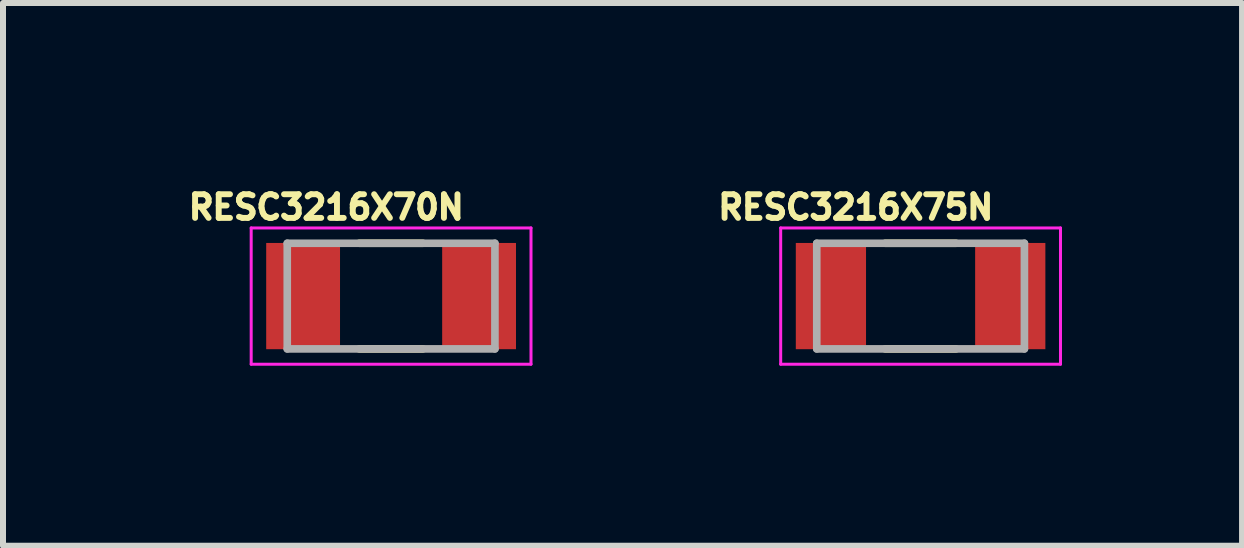
<source format=kicad_pcb>
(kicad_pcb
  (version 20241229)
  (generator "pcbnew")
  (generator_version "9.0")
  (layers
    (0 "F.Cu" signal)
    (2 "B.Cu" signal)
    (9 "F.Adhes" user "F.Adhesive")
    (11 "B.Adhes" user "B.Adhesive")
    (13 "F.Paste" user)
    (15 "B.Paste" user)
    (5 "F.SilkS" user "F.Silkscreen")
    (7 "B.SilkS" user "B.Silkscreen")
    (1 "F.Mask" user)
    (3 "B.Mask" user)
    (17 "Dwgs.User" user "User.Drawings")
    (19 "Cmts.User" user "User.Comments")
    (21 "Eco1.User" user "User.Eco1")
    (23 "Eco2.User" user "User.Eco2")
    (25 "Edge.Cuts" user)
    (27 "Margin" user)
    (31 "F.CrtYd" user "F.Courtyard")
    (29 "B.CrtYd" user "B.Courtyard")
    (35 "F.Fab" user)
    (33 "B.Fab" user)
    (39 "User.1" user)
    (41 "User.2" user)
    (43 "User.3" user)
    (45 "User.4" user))
  (footprint "RESC3216X70N"
    (layer "F.Cu")
    (at 3.466 1.883)
    (property "Reference" "RESC3216X70N" (at -1.08 -1.48 0) (layer "F.SilkS") (effects (font (size 0.394 0.394) (thickness 0.15))))
    (attr smd)
    (fp_line (start -0.53 -0.88) (end 0.53 -0.88) (stroke (width 0.127) (type solid)) (layer "F.SilkS"))
    (fp_line (start -0.53 0.88) (end 0.53 0.88) (stroke (width 0.127) (type solid)) (layer "F.SilkS"))
    (fp_line (start -2.331 -1.135) (end 2.331 -1.135) (stroke (width 0.05) (type solid)) (layer "F.CrtYd"))
    (fp_line (start -2.331 1.135) (end -2.331 -1.135) (stroke (width 0.05) (type solid)) (layer "F.CrtYd"))
    (fp_line (start -2.331 1.135) (end 2.331 1.135) (stroke (width 0.05) (type solid)) (layer "F.CrtYd"))
    (fp_line (start 2.331 1.135) (end 2.331 -1.135) (stroke (width 0.05) (type solid)) (layer "F.CrtYd"))
    (fp_line (start -1.73 0.88) (end -1.73 -0.88) (stroke (width 0.127) (type solid)) (layer "F.Fab"))
    (fp_line (start 1.73 -0.88) (end -1.73 -0.88) (stroke (width 0.127) (type solid)) (layer "F.Fab"))
    (fp_line (start 1.73 0.88) (end -1.73 0.88) (stroke (width 0.127) (type solid)) (layer "F.Fab"))
    (fp_line (start 1.73 0.88) (end 1.73 -0.88) (stroke (width 0.127) (type solid)) (layer "F.Fab"))
    (pad "1" smd rect (at -1.466 0) (size 1.23 1.77) (layers "F.Cu" "F.Mask" "F.Paste"))
    (pad "2" smd rect (at 1.466 0) (size 1.23 1.77) (layers "F.Cu" "F.Mask" "F.Paste")))
  (footprint "RESC3216X75N"
    (layer "F.Cu")
    (at 12.288 1.883)
    (property "Reference" "RESC3216X75N" (at -1.08 -1.48 0) (layer "F.SilkS") (effects (font (size 0.394 0.394) (thickness 0.15))))
    (attr smd)
    (fp_line (start -0.59 -0.88) (end 0.59 -0.88) (stroke (width 0.127) (type solid)) (layer "F.SilkS"))
    (fp_line (start -0.59 0.88) (end 0.59 0.88) (stroke (width 0.127) (type solid)) (layer "F.SilkS"))
    (fp_line (start -2.331 -1.135) (end 2.331 -1.135) (stroke (width 0.05) (type solid)) (layer "F.CrtYd"))
    (fp_line (start -2.331 1.135) (end -2.331 -1.135) (stroke (width 0.05) (type solid)) (layer "F.CrtYd"))
    (fp_line (start -2.331 1.135) (end 2.331 1.135) (stroke (width 0.05) (type solid)) (layer "F.CrtYd"))
    (fp_line (start 2.331 1.135) (end 2.331 -1.135) (stroke (width 0.05) (type solid)) (layer "F.CrtYd"))
    (fp_line (start -1.73 0.88) (end -1.73 -0.88) (stroke (width 0.127) (type solid)) (layer "F.Fab"))
    (fp_line (start 1.73 -0.88) (end -1.73 -0.88) (stroke (width 0.127) (type solid)) (layer "F.Fab"))
    (fp_line (start 1.73 0.88) (end -1.73 0.88) (stroke (width 0.127) (type solid)) (layer "F.Fab"))
    (fp_line (start 1.73 0.88) (end 1.73 -0.88) (stroke (width 0.127) (type solid)) (layer "F.Fab"))
    (pad "1" smd rect (at -1.494 0) (size 1.17 1.77) (layers "F.Cu" "F.Mask" "F.Paste"))
    (pad "2" smd rect (at 1.494 0) (size 1.17 1.77) (layers "F.Cu" "F.Mask" "F.Paste")))
  (gr_rect
    (start -3 -3)
    (end 17.644 6.043)
    (stroke (width 0.1) (type default))
    (fill no)
    (layer "Edge.Cuts")))
</source>
